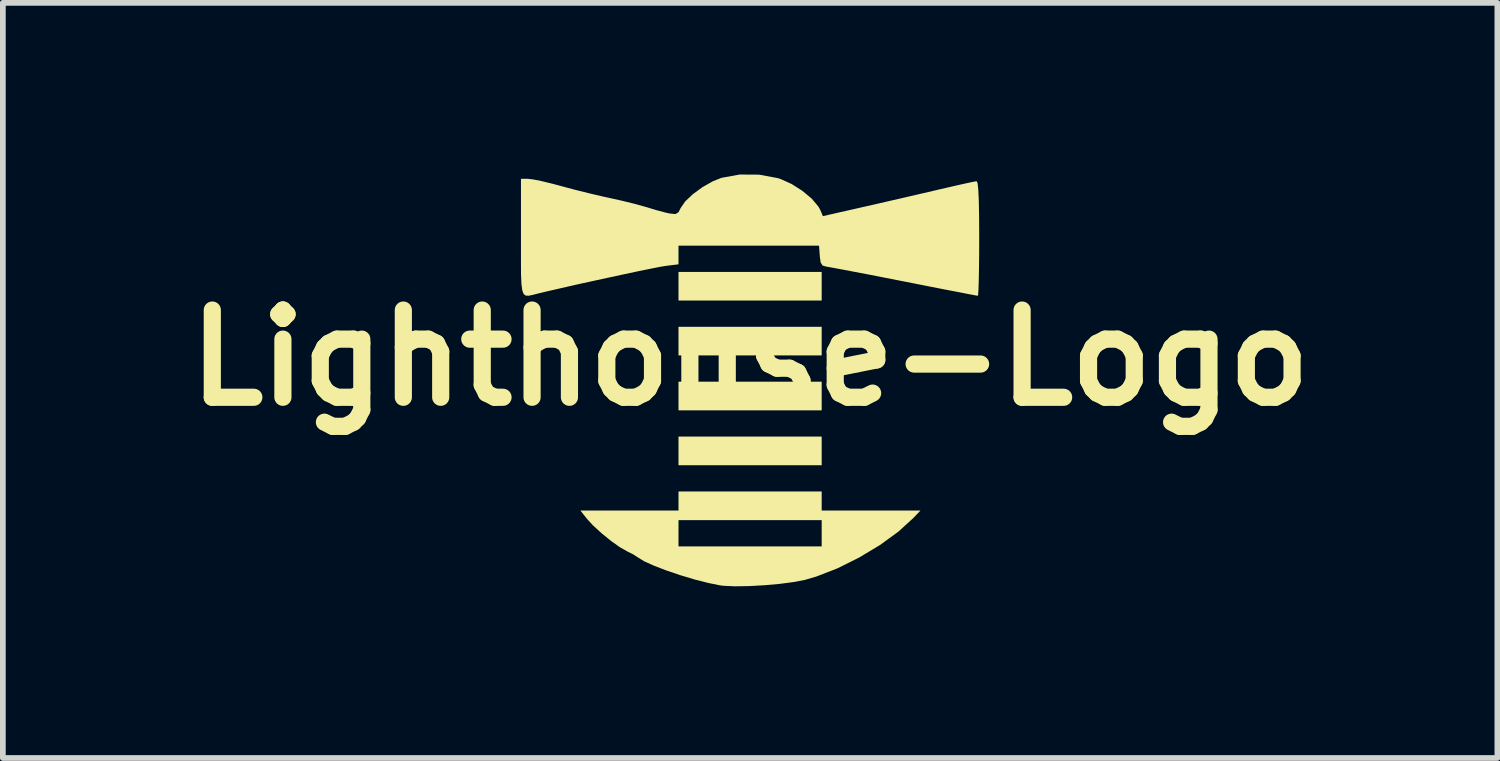
<source format=kicad_pcb>
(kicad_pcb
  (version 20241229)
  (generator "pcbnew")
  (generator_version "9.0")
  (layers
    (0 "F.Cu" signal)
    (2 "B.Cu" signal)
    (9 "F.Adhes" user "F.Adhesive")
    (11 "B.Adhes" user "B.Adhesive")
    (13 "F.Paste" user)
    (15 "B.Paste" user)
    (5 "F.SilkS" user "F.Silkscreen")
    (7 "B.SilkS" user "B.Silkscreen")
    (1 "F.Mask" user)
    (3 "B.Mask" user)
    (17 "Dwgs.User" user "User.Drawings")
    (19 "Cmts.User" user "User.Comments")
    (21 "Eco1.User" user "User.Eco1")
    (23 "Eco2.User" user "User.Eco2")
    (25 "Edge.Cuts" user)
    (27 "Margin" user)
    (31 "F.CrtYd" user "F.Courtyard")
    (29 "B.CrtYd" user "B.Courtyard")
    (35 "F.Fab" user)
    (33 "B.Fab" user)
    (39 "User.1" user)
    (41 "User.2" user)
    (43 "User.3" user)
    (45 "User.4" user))
  (footprint "Lighthouse-Logo"
    (layer "F.Cu")
    (at 10.058 3.203)
    (property "Reference" "Lighthouse-Logo" (at 0 0 0) (layer "F.SilkS") (effects (font (size 1.524 1.524) (thickness 0.3))))
    (attr board_only exclude_from_pos_files exclude_from_bom)
    (fp_poly (pts (xy 1.251 -1.001) (xy -1.251 -1.001) (xy -1.251 -1.501) (xy 1.251 -1.501)) (stroke (width 0) (type solid)) (fill yes) (layer "F.SilkS"))
    (fp_poly (pts (xy 1.251 -0.042) (xy -1.251 -0.042) (xy -1.251 -0.542) (xy 1.251 -0.542)) (stroke (width 0) (type solid)) (fill yes) (layer "F.SilkS"))
    (fp_poly (pts (xy 1.251 0.918) (xy -1.251 0.918) (xy -1.251 0.417) (xy 1.251 0.417)) (stroke (width 0) (type solid)) (fill yes) (layer "F.SilkS"))
    (fp_poly (pts (xy 1.251 1.877) (xy -1.251 1.877) (xy -1.251 1.376) (xy 1.251 1.376)) (stroke (width 0) (type solid)) (fill yes) (layer "F.SilkS"))
    (fp_poly (pts (xy 1.251 2.669) (xy 2.977 2.669) (xy 2.854 2.798) (xy 2.592 3.037) (xy 2.269 3.272) (xy 1.907 3.489) (xy 1.531 3.677) (xy 1.161 3.821) (xy 0.957 3.881) (xy 0.763 3.918) (xy 0.52 3.95) (xy 0.252 3.974) (xy -0.016 3.989) (xy -0.261 3.993) (xy -0.458 3.984) (xy -0.521 3.977) (xy -0.732 3.934) (xy -0.971 3.873) (xy -1.221 3.798) (xy -1.463 3.716) (xy -1.679 3.633) (xy -1.85 3.556) (xy -1.958 3.49) (xy -1.958 3.49) (xy -2.044 3.434) (xy -2.143 3.385) (xy -2.27 3.313) (xy -2.296 3.295) (xy -1.251 3.295) (xy 1.251 3.295) (xy 1.251 2.836) (xy -1.251 2.836) (xy -1.251 3.295) (xy -2.296 3.295) (xy -2.429 3.201) (xy -2.595 3.066) (xy -2.745 2.929) (xy -2.848 2.817) (xy -2.965 2.669) (xy -1.251 2.669) (xy -1.251 2.336) (xy 1.251 2.336)) (stroke (width 0) (type solid)) (fill yes) (layer "F.SilkS"))
    (fp_poly (pts (xy 0.157 -3.201) (xy 0.481 -3.141) (xy 0.532 -3.125) (xy 0.725 -3.038) (xy 0.915 -2.917) (xy 1.08 -2.779) (xy 1.196 -2.64) (xy 1.226 -2.585) (xy 1.272 -2.476) (xy 1.981 -2.637) (xy 2.276 -2.704) (xy 2.602 -2.779) (xy 2.926 -2.854) (xy 3.214 -2.921) (xy 3.303 -2.942) (xy 3.52 -2.992) (xy 3.709 -3.035) (xy 3.855 -3.067) (xy 3.943 -3.084) (xy 3.96 -3.086) (xy 3.976 -3.049) (xy 3.988 -2.934) (xy 3.997 -2.741) (xy 4.002 -2.468) (xy 4.004 -2.114) (xy 4.004 -2.085) (xy 4.003 -1.806) (xy 4 -1.557) (xy 3.996 -1.35) (xy 3.991 -1.195) (xy 3.985 -1.104) (xy 3.98 -1.084) (xy 3.934 -1.092) (xy 3.817 -1.114) (xy 3.639 -1.149) (xy 3.408 -1.193) (xy 3.137 -1.246) (xy 2.834 -1.306) (xy 2.697 -1.333) (xy 2.38 -1.395) (xy 2.085 -1.453) (xy 1.823 -1.503) (xy 1.607 -1.544) (xy 1.446 -1.574) (xy 1.351 -1.591) (xy 1.335 -1.593) (xy 1.267 -1.613) (xy 1.233 -1.665) (xy 1.218 -1.776) (xy 1.218 -1.783) (xy 1.205 -1.96) (xy -1.251 -1.96) (xy -1.251 -1.634) (xy -1.47 -1.607) (xy -1.563 -1.592) (xy -1.724 -1.56) (xy -1.937 -1.517) (xy -2.19 -1.463) (xy -2.468 -1.403) (xy -2.758 -1.34) (xy -3.045 -1.277) (xy -3.315 -1.215) (xy -3.554 -1.16) (xy -3.712 -1.122) (xy -3.802 -1.099) (xy -3.871 -1.085) (xy -3.923 -1.088) (xy -3.959 -1.118) (xy -3.982 -1.184) (xy -3.996 -1.295) (xy -4.003 -1.459) (xy -4.004 -1.685) (xy -4.004 -1.983) (xy -4.004 -2.106) (xy -4.004 -3.128) (xy -3.879 -3.128) (xy -3.788 -3.117) (xy -3.639 -3.087) (xy -3.457 -3.043) (xy -3.319 -3.006) (xy -3.077 -2.941) (xy -2.804 -2.873) (xy -2.547 -2.813) (xy -2.459 -2.794) (xy -2.247 -2.747) (xy -2.035 -2.695) (xy -1.856 -2.646) (xy -1.79 -2.627) (xy -1.632 -2.579) (xy -1.482 -2.539) (xy -1.405 -2.522) (xy -1.305 -2.512) (xy -1.251 -2.544) (xy -1.215 -2.615) (xy -1.135 -2.732) (xy -1 -2.86) (xy -0.83 -2.984) (xy -0.649 -3.086) (xy -0.501 -3.145) (xy -0.182 -3.203)) (stroke (width 0) (type solid)) (fill yes) (layer "F.SilkS")))
  (gr_rect
    (start -3 -3)
    (end 23.117 10.196)
    (stroke (width 0.1) (type default))
    (fill no)
    (layer "Edge.Cuts")))
</source>
